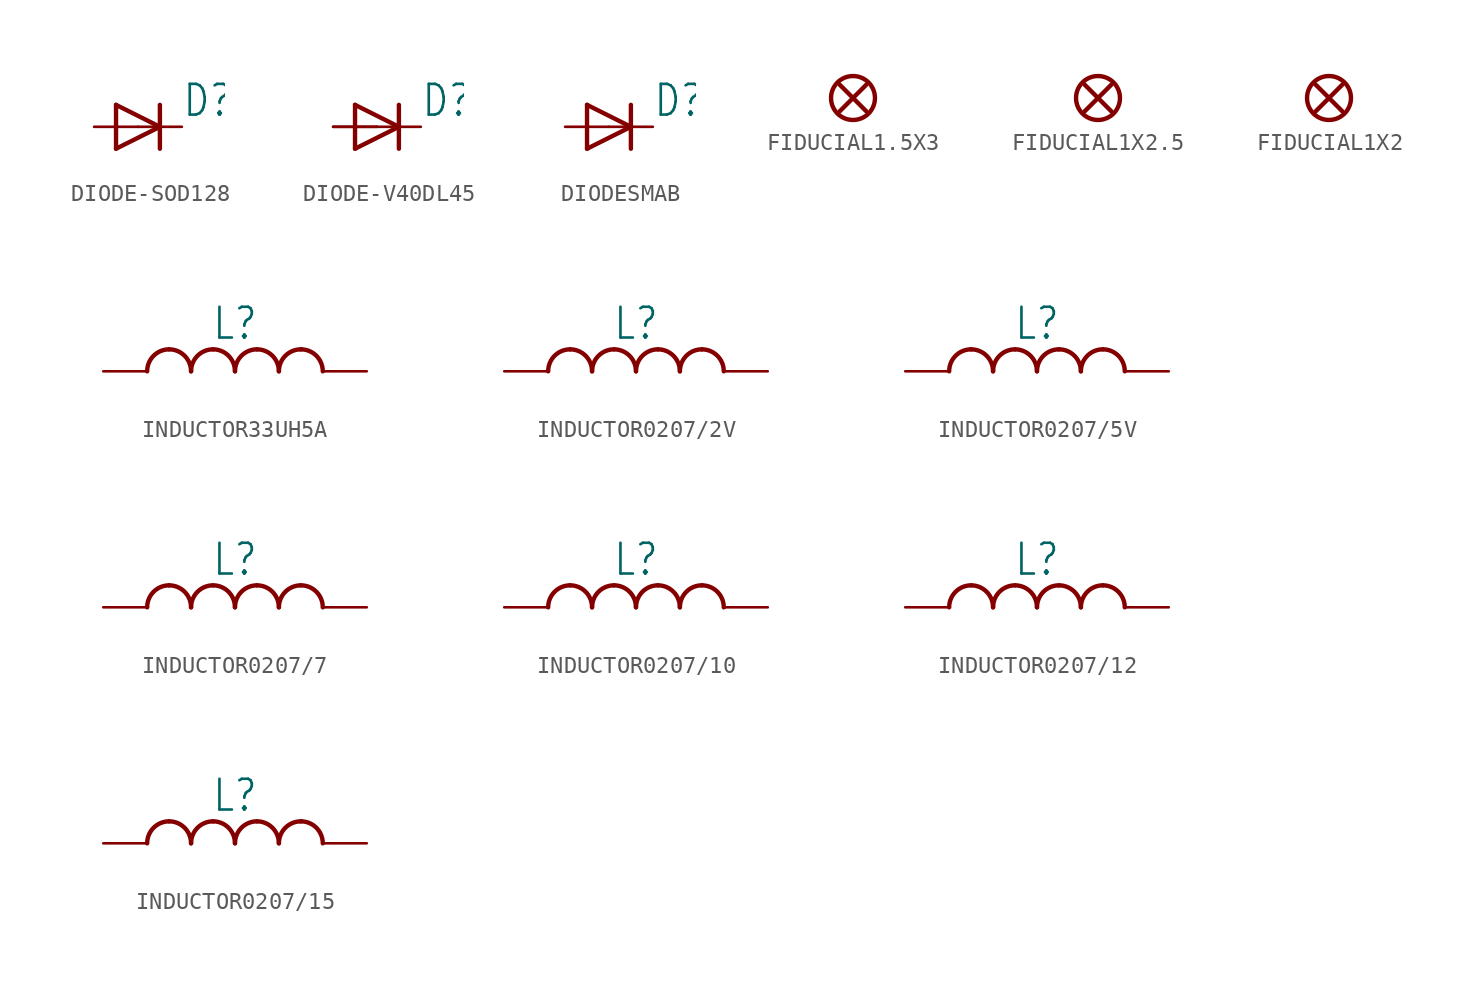
<source format=kicad_sym>
(kicad_symbol_lib
  (version 20220914)
  (generator kicad_symbol_editor)
  (symbol "DIODE-SOD128"
    (property "Reference" "D"
      (at 2.54 0.483 0)
      (effects (font (size 1.778 1.511)) (justify left bottom)))
    (property "Value" ""
      (at 2.54 -2.311 0)
      (effects (font (size 1.778 1.511)) (justify left bottom)))
    (property "ki_locked" ""
      (at 0 0 0)
      (effects (font (size 1.27 1.27))))
    (symbol "DIODE-SOD128_1_0"
      (polyline (pts (xy -1.27 -1.27) (xy 1.27 0)) (stroke (width 0.254) (type solid)) (fill (type none)))
      (polyline (pts (xy -1.27 1.27) (xy -1.27 -1.27)) (stroke (width 0.254) (type solid)) (fill (type none)))
      (polyline (pts (xy 1.27 0) (xy -1.27 1.27)) (stroke (width 0.254) (type solid)) (fill (type none)))
      (polyline (pts (xy 1.27 0) (xy 1.27 -1.27)) (stroke (width 0.254) (type solid)) (fill (type none)))
      (polyline (pts (xy 1.27 1.27) (xy 1.27 0)) (stroke (width 0.254) (type solid)) (fill (type none)))
      (pin passive line (at 2.54 0 180) (length 2.54) (name "C" (effects (font (size 0 0)))) (number "1" (effects (font (size 0 0)))))
      (pin passive line (at -2.54 0 0) (length 2.54) (name "A" (effects (font (size 0 0)))) (number "2" (effects (font (size 0 0)))))))
  (symbol "DIODE-V40DL45"
    (property "Reference" "D"
      (at 2.54 0.483 0)
      (effects (font (size 1.778 1.511)) (justify left bottom)))
    (property "Value" ""
      (at 2.54 -2.311 0)
      (effects (font (size 1.778 1.511)) (justify left bottom)))
    (property "ki_locked" ""
      (at 0 0 0)
      (effects (font (size 1.27 1.27))))
    (symbol "DIODE-V40DL45_1_0"
      (polyline (pts (xy -1.27 -1.27) (xy 1.27 0)) (stroke (width 0.254) (type solid)) (fill (type none)))
      (polyline (pts (xy -1.27 1.27) (xy -1.27 -1.27)) (stroke (width 0.254) (type solid)) (fill (type none)))
      (polyline (pts (xy 1.27 0) (xy -1.27 1.27)) (stroke (width 0.254) (type solid)) (fill (type none)))
      (polyline (pts (xy 1.27 0) (xy 1.27 -1.27)) (stroke (width 0.254) (type solid)) (fill (type none)))
      (polyline (pts (xy 1.27 1.27) (xy 1.27 0)) (stroke (width 0.254) (type solid)) (fill (type none)))
      (pin passive line (at -2.54 0 0) (length 2.54) (name "A" (effects (font (size 0 0)))) (number "1" (effects (font (size 0 0)))))
      (pin passive line (at 2.54 0 180) (length 2.54) (name "C" (effects (font (size 0 0)))) (number "2" (effects (font (size 0 0)))))
      (pin passive line (at -2.54 0 0) (length 2.54) (name "A" (effects (font (size 0 0)))) (number "3" (effects (font (size 0 0)))))))
  (symbol "DIODESMAB"
    (property "Reference" "D"
      (at 2.54 0.483 0)
      (effects (font (size 1.778 1.511)) (justify left bottom)))
    (property "Value" ""
      (at 2.54 -2.311 0)
      (effects (font (size 1.778 1.511)) (justify left bottom)))
    (property "ki_locked" ""
      (at 0 0 0)
      (effects (font (size 1.27 1.27))))
    (symbol "DIODESMAB_1_0"
      (polyline (pts (xy -1.27 -1.27) (xy 1.27 0)) (stroke (width 0.254) (type solid)) (fill (type none)))
      (polyline (pts (xy -1.27 1.27) (xy -1.27 -1.27)) (stroke (width 0.254) (type solid)) (fill (type none)))
      (polyline (pts (xy 1.27 0) (xy -1.27 1.27)) (stroke (width 0.254) (type solid)) (fill (type none)))
      (polyline (pts (xy 1.27 0) (xy 1.27 -1.27)) (stroke (width 0.254) (type solid)) (fill (type none)))
      (polyline (pts (xy 1.27 1.27) (xy 1.27 0)) (stroke (width 0.254) (type solid)) (fill (type none)))
      (pin passive line (at -2.54 0 0) (length 2.54) (name "A" (effects (font (size 0 0)))) (number "A" (effects (font (size 0 0)))))
      (pin passive line (at 2.54 0 180) (length 2.54) (name "C" (effects (font (size 0 0)))) (number "C" (effects (font (size 0 0)))))))
  (symbol "FIDUCIAL1.5X3"
    (property "Reference" ""
      (at 0 0 0)
      (effects (font (size 1.27 1.27)) hide))
    (property "ki_locked" ""
      (at 0 0 0)
      (effects (font (size 1.27 1.27))))
    (symbol "FIDUCIAL1.5X3_1_0"
      (polyline (pts (xy -0.762 0.762) (xy 0.762 -0.762)) (stroke (width 0.254) (type solid)) (fill (type none)))
      (polyline (pts (xy 0.762 0.762) (xy -0.762 -0.762)) (stroke (width 0.254) (type solid)) (fill (type none)))
      (circle (center 0 0) (radius 1.27) (stroke (width 0.254) (type solid)) (fill (type none)))))
  (symbol "FIDUCIAL1X2.5"
    (property "Reference" ""
      (at 0 0 0)
      (effects (font (size 1.27 1.27)) hide))
    (property "ki_locked" ""
      (at 0 0 0)
      (effects (font (size 1.27 1.27))))
    (symbol "FIDUCIAL1X2.5_1_0"
      (polyline (pts (xy -0.762 0.762) (xy 0.762 -0.762)) (stroke (width 0.254) (type solid)) (fill (type none)))
      (polyline (pts (xy 0.762 0.762) (xy -0.762 -0.762)) (stroke (width 0.254) (type solid)) (fill (type none)))
      (circle (center 0 0) (radius 1.27) (stroke (width 0.254) (type solid)) (fill (type none)))))
  (symbol "FIDUCIAL1X2"
    (property "Reference" ""
      (at 0 0 0)
      (effects (font (size 1.27 1.27)) hide))
    (property "ki_locked" ""
      (at 0 0 0)
      (effects (font (size 1.27 1.27))))
    (symbol "FIDUCIAL1X2_1_0"
      (polyline (pts (xy -0.762 0.762) (xy 0.762 -0.762)) (stroke (width 0.254) (type solid)) (fill (type none)))
      (polyline (pts (xy 0.762 0.762) (xy -0.762 -0.762)) (stroke (width 0.254) (type solid)) (fill (type none)))
      (circle (center 0 0) (radius 1.27) (stroke (width 0.254) (type solid)) (fill (type none)))))
  (symbol "INDUCTOR33UH5A"
    (property "Reference" "L"
      (at 0 3.81 0)
      (effects (font (size 1.778 1.511)) (justify top)))
    (property "Value" ""
      (at 0 -1.27 0)
      (effects (font (size 1.778 1.511)) (justify top)))
    (property "ki_locked" ""
      (at 0 0 0)
      (effects (font (size 1.27 1.27))))
    (symbol "INDUCTOR33UH5A_1_0"
      (arc (start -3.81 1.27) (mid -4.708 0.898) (end -5.08 0) (stroke (width 0.254) (type solid)) (fill (type none)))
      (arc (start -2.54 0) (mid -2.912 0.898) (end -3.81 1.27) (stroke (width 0.254) (type solid)) (fill (type none)))
      (arc (start -1.27 1.27) (mid -2.168 0.898) (end -2.54 0) (stroke (width 0.254) (type solid)) (fill (type none)))
      (arc (start 0 0) (mid -0.372 0.898) (end -1.27 1.27) (stroke (width 0.254) (type solid)) (fill (type none)))
      (arc (start 1.27 1.27) (mid 0.372 0.898) (end 0 0) (stroke (width 0.254) (type solid)) (fill (type none)))
      (arc (start 2.54 0) (mid 2.168 0.898) (end 1.27 1.27) (stroke (width 0.254) (type solid)) (fill (type none)))
      (arc (start 3.81 1.27) (mid 2.912 0.898) (end 2.54 0) (stroke (width 0.254) (type solid)) (fill (type none)))
      (arc (start 5.08 0) (mid 4.708 0.898) (end 3.81 1.27) (stroke (width 0.254) (type solid)) (fill (type none)))
      (pin passive line (at -7.62 0 0) (length 2.54) (name "1" (effects (font (size 0 0)))) (number "1" (effects (font (size 0 0)))))
      (pin passive line (at 7.62 0 180) (length 2.54) (name "2" (effects (font (size 0 0)))) (number "2" (effects (font (size 0 0)))))))
  (symbol "INDUCTOR0207/2V"
    (property "Reference" "L"
      (at 0 3.81 0)
      (effects (font (size 1.778 1.511)) (justify top)))
    (property "Value" ""
      (at 0 -1.27 0)
      (effects (font (size 1.778 1.511)) (justify top)))
    (property "ki_locked" ""
      (at 0 0 0)
      (effects (font (size 1.27 1.27))))
    (symbol "INDUCTOR0207/2V_1_0"
      (arc (start -3.81 1.27) (mid -4.708 0.898) (end -5.08 0) (stroke (width 0.254) (type solid)) (fill (type none)))
      (arc (start -2.54 0) (mid -2.912 0.898) (end -3.81 1.27) (stroke (width 0.254) (type solid)) (fill (type none)))
      (arc (start -1.27 1.27) (mid -2.168 0.898) (end -2.54 0) (stroke (width 0.254) (type solid)) (fill (type none)))
      (arc (start 0 0) (mid -0.372 0.898) (end -1.27 1.27) (stroke (width 0.254) (type solid)) (fill (type none)))
      (arc (start 1.27 1.27) (mid 0.372 0.898) (end 0 0) (stroke (width 0.254) (type solid)) (fill (type none)))
      (arc (start 2.54 0) (mid 2.168 0.898) (end 1.27 1.27) (stroke (width 0.254) (type solid)) (fill (type none)))
      (arc (start 3.81 1.27) (mid 2.912 0.898) (end 2.54 0) (stroke (width 0.254) (type solid)) (fill (type none)))
      (arc (start 5.08 0) (mid 4.708 0.898) (end 3.81 1.27) (stroke (width 0.254) (type solid)) (fill (type none)))
      (pin passive line (at -7.62 0 0) (length 2.54) (name "1" (effects (font (size 0 0)))) (number "1" (effects (font (size 0 0)))))
      (pin passive line (at 7.62 0 180) (length 2.54) (name "2" (effects (font (size 0 0)))) (number "2" (effects (font (size 0 0)))))))
  (symbol "INDUCTOR0207/5V"
    (property "Reference" "L"
      (at 0 3.81 0)
      (effects (font (size 1.778 1.511)) (justify top)))
    (property "Value" ""
      (at 0 -1.27 0)
      (effects (font (size 1.778 1.511)) (justify top)))
    (property "ki_locked" ""
      (at 0 0 0)
      (effects (font (size 1.27 1.27))))
    (symbol "INDUCTOR0207/5V_1_0"
      (arc (start -3.81 1.27) (mid -4.708 0.898) (end -5.08 0) (stroke (width 0.254) (type solid)) (fill (type none)))
      (arc (start -2.54 0) (mid -2.912 0.898) (end -3.81 1.27) (stroke (width 0.254) (type solid)) (fill (type none)))
      (arc (start -1.27 1.27) (mid -2.168 0.898) (end -2.54 0) (stroke (width 0.254) (type solid)) (fill (type none)))
      (arc (start 0 0) (mid -0.372 0.898) (end -1.27 1.27) (stroke (width 0.254) (type solid)) (fill (type none)))
      (arc (start 1.27 1.27) (mid 0.372 0.898) (end 0 0) (stroke (width 0.254) (type solid)) (fill (type none)))
      (arc (start 2.54 0) (mid 2.168 0.898) (end 1.27 1.27) (stroke (width 0.254) (type solid)) (fill (type none)))
      (arc (start 3.81 1.27) (mid 2.912 0.898) (end 2.54 0) (stroke (width 0.254) (type solid)) (fill (type none)))
      (arc (start 5.08 0) (mid 4.708 0.898) (end 3.81 1.27) (stroke (width 0.254) (type solid)) (fill (type none)))
      (pin passive line (at -7.62 0 0) (length 2.54) (name "1" (effects (font (size 0 0)))) (number "1" (effects (font (size 0 0)))))
      (pin passive line (at 7.62 0 180) (length 2.54) (name "2" (effects (font (size 0 0)))) (number "2" (effects (font (size 0 0)))))))
  (symbol "INDUCTOR0207/7"
    (property "Reference" "L"
      (at 0 3.81 0)
      (effects (font (size 1.778 1.511)) (justify top)))
    (property "Value" ""
      (at 0 -1.27 0)
      (effects (font (size 1.778 1.511)) (justify top)))
    (property "ki_locked" ""
      (at 0 0 0)
      (effects (font (size 1.27 1.27))))
    (symbol "INDUCTOR0207/7_1_0"
      (arc (start -3.81 1.27) (mid -4.708 0.898) (end -5.08 0) (stroke (width 0.254) (type solid)) (fill (type none)))
      (arc (start -2.54 0) (mid -2.912 0.898) (end -3.81 1.27) (stroke (width 0.254) (type solid)) (fill (type none)))
      (arc (start -1.27 1.27) (mid -2.168 0.898) (end -2.54 0) (stroke (width 0.254) (type solid)) (fill (type none)))
      (arc (start 0 0) (mid -0.372 0.898) (end -1.27 1.27) (stroke (width 0.254) (type solid)) (fill (type none)))
      (arc (start 1.27 1.27) (mid 0.372 0.898) (end 0 0) (stroke (width 0.254) (type solid)) (fill (type none)))
      (arc (start 2.54 0) (mid 2.168 0.898) (end 1.27 1.27) (stroke (width 0.254) (type solid)) (fill (type none)))
      (arc (start 3.81 1.27) (mid 2.912 0.898) (end 2.54 0) (stroke (width 0.254) (type solid)) (fill (type none)))
      (arc (start 5.08 0) (mid 4.708 0.898) (end 3.81 1.27) (stroke (width 0.254) (type solid)) (fill (type none)))
      (pin passive line (at -7.62 0 0) (length 2.54) (name "1" (effects (font (size 0 0)))) (number "1" (effects (font (size 0 0)))))
      (pin passive line (at 7.62 0 180) (length 2.54) (name "2" (effects (font (size 0 0)))) (number "2" (effects (font (size 0 0)))))))
  (symbol "INDUCTOR0207/10"
    (property "Reference" "L"
      (at 0 3.81 0)
      (effects (font (size 1.778 1.511)) (justify top)))
    (property "Value" ""
      (at 0 -1.27 0)
      (effects (font (size 1.778 1.511)) (justify top)))
    (property "ki_locked" ""
      (at 0 0 0)
      (effects (font (size 1.27 1.27))))
    (symbol "INDUCTOR0207/10_1_0"
      (arc (start -3.81 1.27) (mid -4.708 0.898) (end -5.08 0) (stroke (width 0.254) (type solid)) (fill (type none)))
      (arc (start -2.54 0) (mid -2.912 0.898) (end -3.81 1.27) (stroke (width 0.254) (type solid)) (fill (type none)))
      (arc (start -1.27 1.27) (mid -2.168 0.898) (end -2.54 0) (stroke (width 0.254) (type solid)) (fill (type none)))
      (arc (start 0 0) (mid -0.372 0.898) (end -1.27 1.27) (stroke (width 0.254) (type solid)) (fill (type none)))
      (arc (start 1.27 1.27) (mid 0.372 0.898) (end 0 0) (stroke (width 0.254) (type solid)) (fill (type none)))
      (arc (start 2.54 0) (mid 2.168 0.898) (end 1.27 1.27) (stroke (width 0.254) (type solid)) (fill (type none)))
      (arc (start 3.81 1.27) (mid 2.912 0.898) (end 2.54 0) (stroke (width 0.254) (type solid)) (fill (type none)))
      (arc (start 5.08 0) (mid 4.708 0.898) (end 3.81 1.27) (stroke (width 0.254) (type solid)) (fill (type none)))
      (pin passive line (at -7.62 0 0) (length 2.54) (name "1" (effects (font (size 0 0)))) (number "1" (effects (font (size 0 0)))))
      (pin passive line (at 7.62 0 180) (length 2.54) (name "2" (effects (font (size 0 0)))) (number "2" (effects (font (size 0 0)))))))
  (symbol "INDUCTOR0207/12"
    (property "Reference" "L"
      (at 0 3.81 0)
      (effects (font (size 1.778 1.511)) (justify top)))
    (property "Value" ""
      (at 0 -1.27 0)
      (effects (font (size 1.778 1.511)) (justify top)))
    (property "ki_locked" ""
      (at 0 0 0)
      (effects (font (size 1.27 1.27))))
    (symbol "INDUCTOR0207/12_1_0"
      (arc (start -3.81 1.27) (mid -4.708 0.898) (end -5.08 0) (stroke (width 0.254) (type solid)) (fill (type none)))
      (arc (start -2.54 0) (mid -2.912 0.898) (end -3.81 1.27) (stroke (width 0.254) (type solid)) (fill (type none)))
      (arc (start -1.27 1.27) (mid -2.168 0.898) (end -2.54 0) (stroke (width 0.254) (type solid)) (fill (type none)))
      (arc (start 0 0) (mid -0.372 0.898) (end -1.27 1.27) (stroke (width 0.254) (type solid)) (fill (type none)))
      (arc (start 1.27 1.27) (mid 0.372 0.898) (end 0 0) (stroke (width 0.254) (type solid)) (fill (type none)))
      (arc (start 2.54 0) (mid 2.168 0.898) (end 1.27 1.27) (stroke (width 0.254) (type solid)) (fill (type none)))
      (arc (start 3.81 1.27) (mid 2.912 0.898) (end 2.54 0) (stroke (width 0.254) (type solid)) (fill (type none)))
      (arc (start 5.08 0) (mid 4.708 0.898) (end 3.81 1.27) (stroke (width 0.254) (type solid)) (fill (type none)))
      (pin passive line (at -7.62 0 0) (length 2.54) (name "1" (effects (font (size 0 0)))) (number "1" (effects (font (size 0 0)))))
      (pin passive line (at 7.62 0 180) (length 2.54) (name "2" (effects (font (size 0 0)))) (number "2" (effects (font (size 0 0)))))))
  (symbol "INDUCTOR0207/15"
    (property "Reference" "L"
      (at 0 3.81 0)
      (effects (font (size 1.778 1.511)) (justify top)))
    (property "Value" ""
      (at 0 -1.27 0)
      (effects (font (size 1.778 1.511)) (justify top)))
    (property "ki_locked" ""
      (at 0 0 0)
      (effects (font (size 1.27 1.27))))
    (symbol "INDUCTOR0207/15_1_0"
      (arc (start -3.81 1.27) (mid -4.708 0.898) (end -5.08 0) (stroke (width 0.254) (type solid)) (fill (type none)))
      (arc (start -2.54 0) (mid -2.912 0.898) (end -3.81 1.27) (stroke (width 0.254) (type solid)) (fill (type none)))
      (arc (start -1.27 1.27) (mid -2.168 0.898) (end -2.54 0) (stroke (width 0.254) (type solid)) (fill (type none)))
      (arc (start 0 0) (mid -0.372 0.898) (end -1.27 1.27) (stroke (width 0.254) (type solid)) (fill (type none)))
      (arc (start 1.27 1.27) (mid 0.372 0.898) (end 0 0) (stroke (width 0.254) (type solid)) (fill (type none)))
      (arc (start 2.54 0) (mid 2.168 0.898) (end 1.27 1.27) (stroke (width 0.254) (type solid)) (fill (type none)))
      (arc (start 3.81 1.27) (mid 2.912 0.898) (end 2.54 0) (stroke (width 0.254) (type solid)) (fill (type none)))
      (arc (start 5.08 0) (mid 4.708 0.898) (end 3.81 1.27) (stroke (width 0.254) (type solid)) (fill (type none)))
      (pin passive line (at -7.62 0 0) (length 2.54) (name "1" (effects (font (size 0 0)))) (number "1" (effects (font (size 0 0)))))
      (pin passive line (at 7.62 0 180) (length 2.54) (name "2" (effects (font (size 0 0)))) (number "2" (effects (font (size 0 0))))))))
</source>
